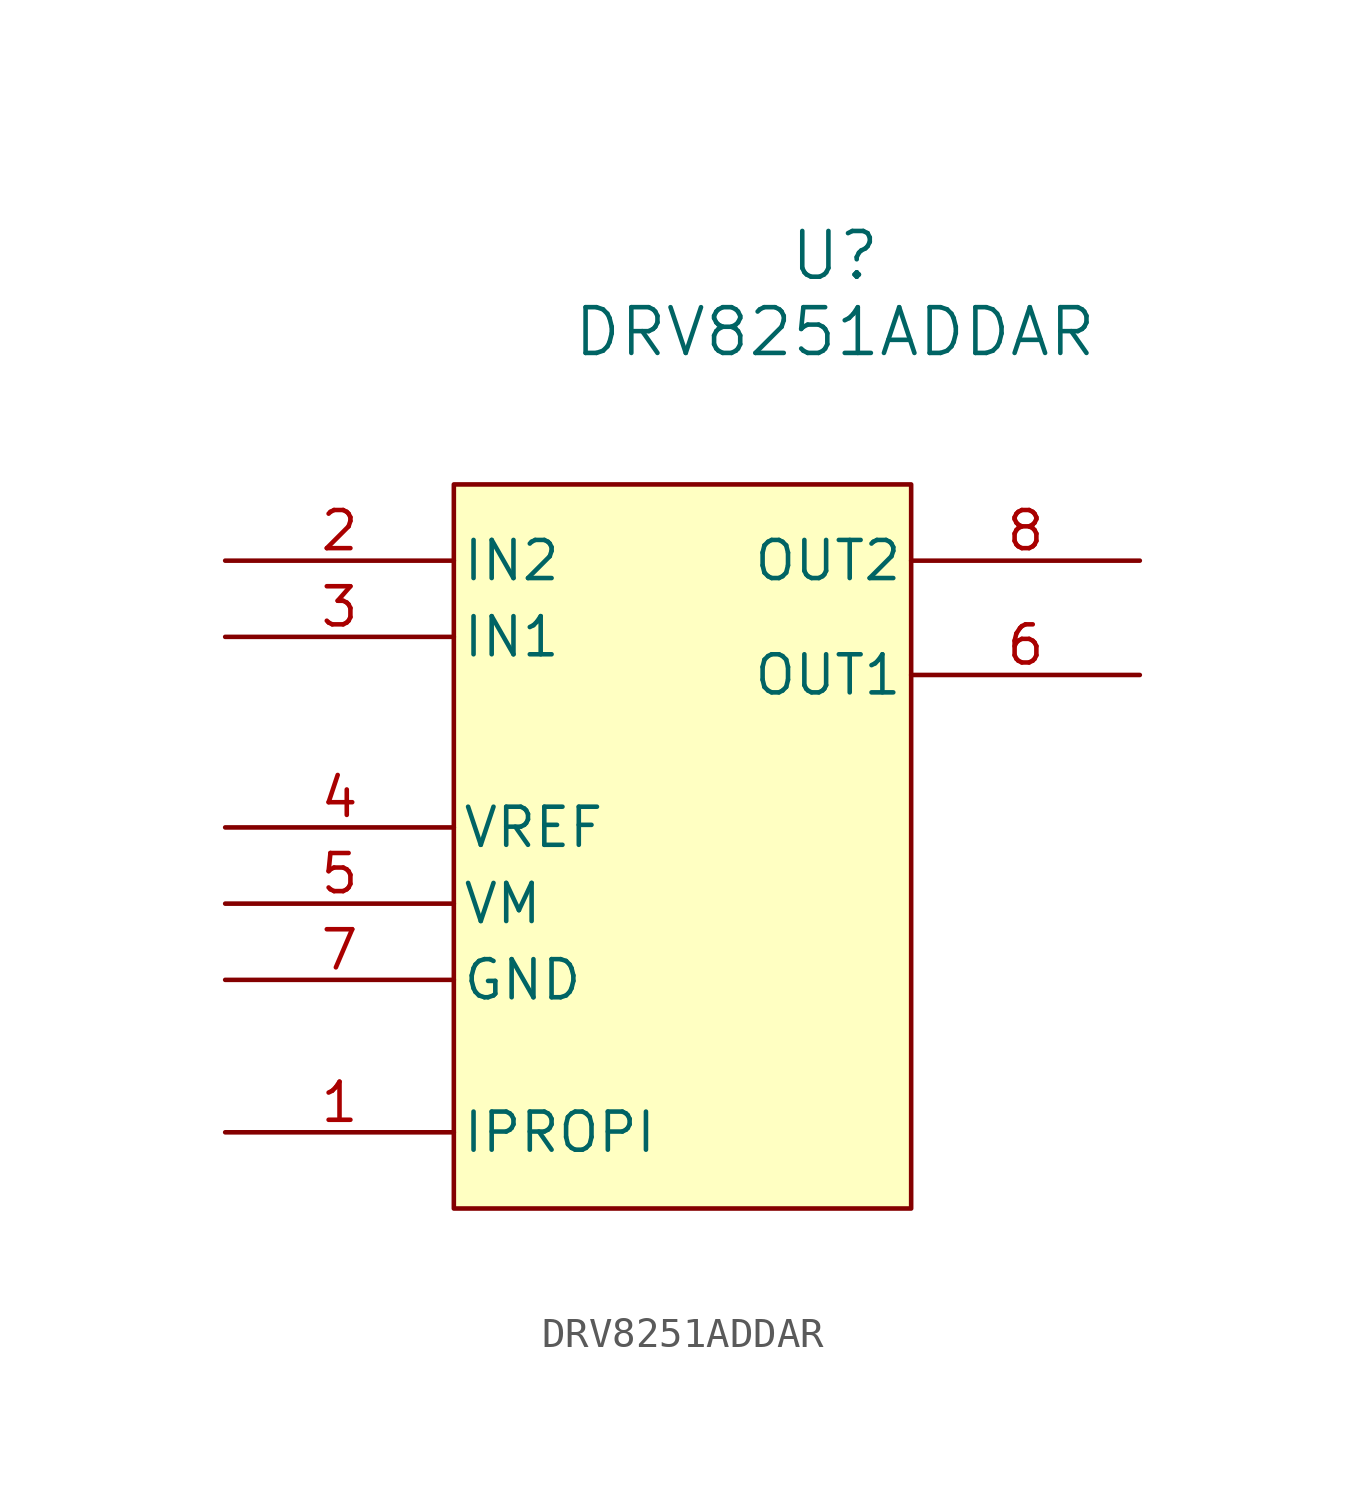
<source format=kicad_sym>
(kicad_symbol_lib
  (version 20231120)
  (generator "kicad_symbol_editor")
  (generator_version "8.0")
  (symbol "DRV8251ADDAR"
    (pin_names
      (offset 0.254))
    (property "Reference" "U"
      (at 20.32 10.16 0)
      (effects (font (size 1.524 1.524))))
    (property "Value" "DRV8251ADDAR"
      (at 20.32 7.62 0)
      (effects (font (size 1.524 1.524))))
    (property "ki_locked" ""
      (at 0 0 0)
      (effects (font (size 1.27 1.27))))
    (symbol "DRV8251ADDAR_0_1"
      (pin input line (at 0 0 0) (length 7.62) (name "IN2" (effects (font (size 1.27 1.27)))) (number "2" (effects (font (size 1.27 1.27)))))
      (pin input line (at 0 -2.54 0) (length 7.62) (name "IN1" (effects (font (size 1.27 1.27)))) (number "3" (effects (font (size 1.27 1.27)))))
      (pin power_in line (at 0 -8.89 0) (length 7.62) (name "VREF" (effects (font (size 1.27 1.27)))) (number "4" (effects (font (size 1.27 1.27)))))
      (pin power_in line (at 0 -11.43 0) (length 7.62) (name "VM" (effects (font (size 1.27 1.27)))) (number "5" (effects (font (size 1.27 1.27)))))
      (pin output line (at 30.48 -3.81 180) (length 7.62) (name "OUT1" (effects (font (size 1.27 1.27)))) (number "6" (effects (font (size 1.27 1.27)))))
      (pin output line (at 30.48 0 180) (length 7.62) (name "OUT2" (effects (font (size 1.27 1.27)))) (number "8" (effects (font (size 1.27 1.27))))))
    (symbol "DRV8251ADDAR_1_1"
      (rectangle (start 7.62 2.54) (end 22.86 -21.59) (stroke (width 0) (type default)) (fill (type background)))
      (pin power_in line (at 0 -19.05 0) (length 7.62) (name "IPROPI" (effects (font (size 1.27 1.27)))) (number "1" (effects (font (size 1.27 1.27)))))
      (pin power_out line (at 0 -13.97 0) (length 7.62) (name "GND" (effects (font (size 1.27 1.27)))) (number "7" (effects (font (size 1.27 1.27)))))
      (pin power_out line (at 0 -13.97 0) (length 7.62) hide (name "PAD" (effects (font (size 1.27 1.27)))) (number "9" (effects (font (size 1.27 1.27))))))))
</source>
